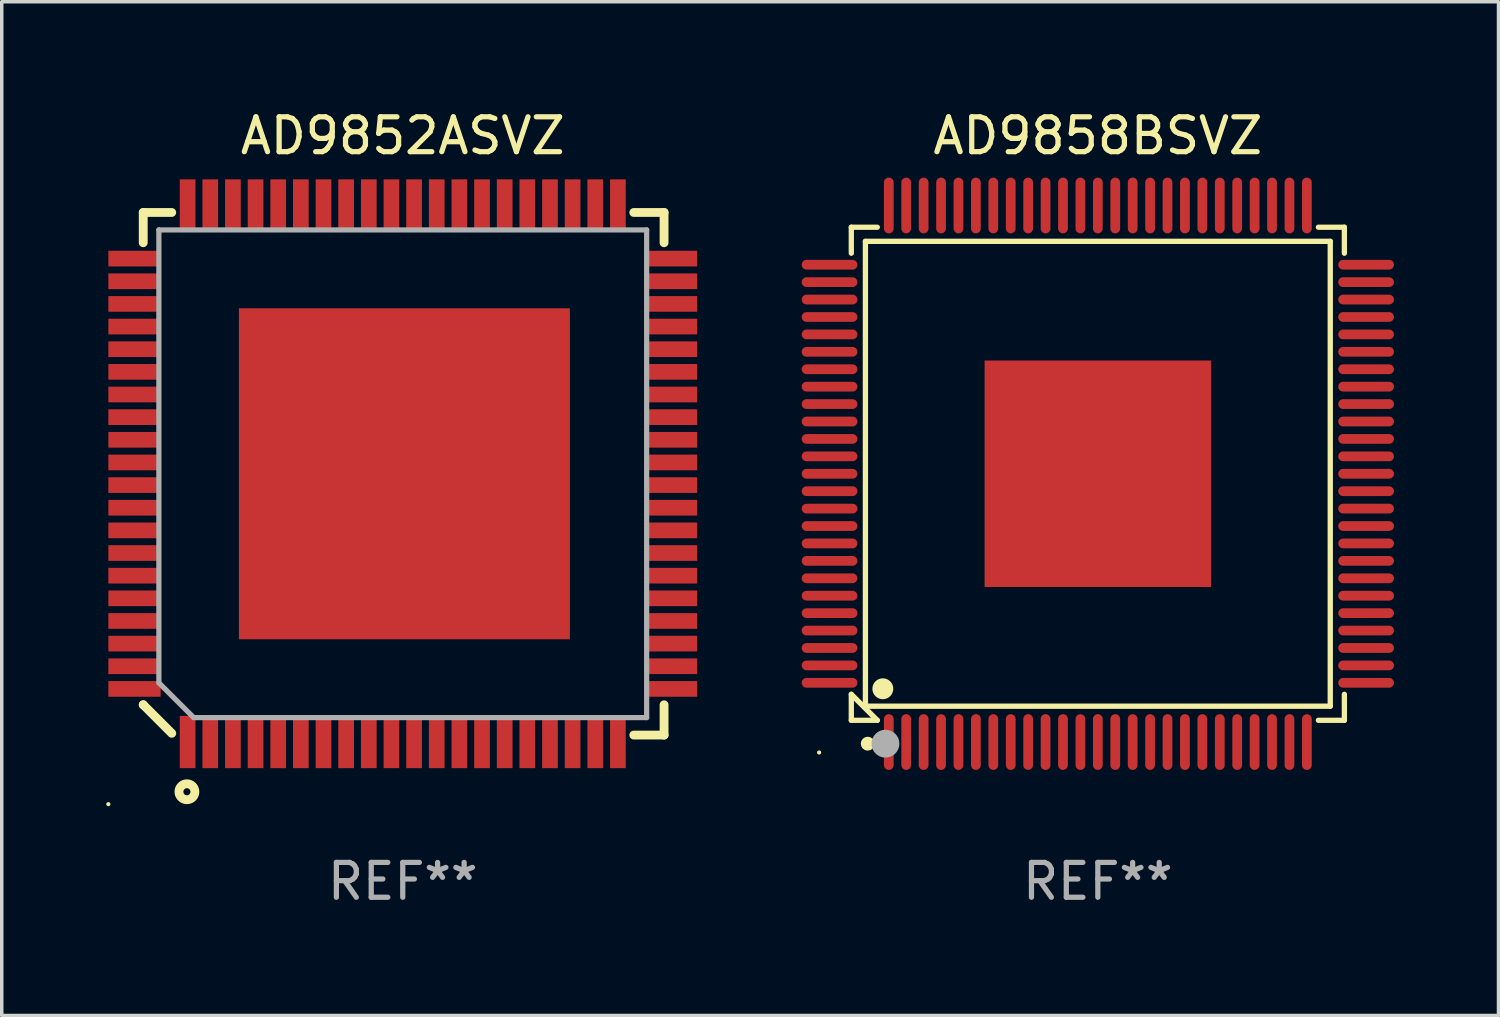
<source format=kicad_pcb>
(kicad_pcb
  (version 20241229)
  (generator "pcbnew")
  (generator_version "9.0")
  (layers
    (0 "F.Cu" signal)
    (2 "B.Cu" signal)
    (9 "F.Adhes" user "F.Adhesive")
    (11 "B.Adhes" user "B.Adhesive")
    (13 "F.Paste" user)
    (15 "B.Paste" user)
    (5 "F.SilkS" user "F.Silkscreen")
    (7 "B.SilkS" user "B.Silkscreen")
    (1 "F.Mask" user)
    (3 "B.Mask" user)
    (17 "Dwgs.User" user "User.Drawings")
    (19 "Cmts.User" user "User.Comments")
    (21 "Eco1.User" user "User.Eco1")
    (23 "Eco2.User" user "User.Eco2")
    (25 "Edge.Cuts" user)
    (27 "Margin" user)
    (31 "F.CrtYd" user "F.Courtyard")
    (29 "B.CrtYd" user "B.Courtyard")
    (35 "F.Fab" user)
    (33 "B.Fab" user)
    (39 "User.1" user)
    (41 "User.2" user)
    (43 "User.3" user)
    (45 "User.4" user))
  (footprint "AD9858BSVZ"
    (layer "F.Cu")
    (at 28.46 10.548)
    (property "Reference" "AD9858BSVZ" (at 0 -9.7 0) (layer "F.SilkS") (effects (font (size 1 1) (thickness 0.15))))
    (attr through_hole)
    (fp_line (start -7.076 -7.076) (end -6.33 -7.076) (stroke (width 0.152) (type solid)) (layer "F.SilkS"))
    (fp_line (start -7.076 -6.33) (end -7.076 -7.076) (stroke (width 0.152) (type solid)) (layer "F.SilkS"))
    (fp_line (start -7.076 6.33) (end -7.076 7.076) (stroke (width 0.152) (type solid)) (layer "F.SilkS"))
    (fp_line (start -7.076 7.076) (end -6.33 7.076) (stroke (width 0.152) (type solid)) (layer "F.SilkS"))
    (fp_line (start -6.671 -6.671) (end 6.671 -6.671) (stroke (width 0.152) (type solid)) (layer "F.SilkS"))
    (fp_line (start -6.671 6.671) (end -6.671 -6.671) (stroke (width 0.152) (type solid)) (layer "F.SilkS"))
    (fp_line (start -6.33 7.076) (end -7.076 6.33) (stroke (width 0.152) (type solid)) (layer "F.SilkS"))
    (fp_line (start 6.671 -6.671) (end 6.671 6.671) (stroke (width 0.152) (type solid)) (layer "F.SilkS"))
    (fp_line (start 6.671 6.671) (end -6.671 6.671) (stroke (width 0.152) (type solid)) (layer "F.SilkS"))
    (fp_line (start 7.076 -7.076) (end 6.33 -7.076) (stroke (width 0.152) (type solid)) (layer "F.SilkS"))
    (fp_line (start 7.076 -6.33) (end 7.076 -7.076) (stroke (width 0.152) (type solid)) (layer "F.SilkS"))
    (fp_line (start 7.076 6.33) (end 7.076 7.076) (stroke (width 0.152) (type solid)) (layer "F.SilkS"))
    (fp_line (start 7.076 7.076) (end 6.33 7.076) (stroke (width 0.152) (type solid)) (layer "F.SilkS"))
    (fp_circle (center -8 8) (end -7.97 8) (stroke (width 0.06) (type solid)) (fill no) (layer "F.SilkS"))
    (fp_circle (center -6.604 7.747) (end -6.504 7.747) (stroke (width 0.2) (type solid)) (fill no) (layer "F.SilkS"))
    (fp_circle (center -6.171 6.171) (end -6.021 6.171) (stroke (width 0.3) (type solid)) (fill no) (layer "F.SilkS"))
    (fp_circle (center -6.096 7.747) (end -5.896 7.747) (stroke (width 0.4) (type solid)) (fill no) (layer "F.Fab"))
    (fp_text user "REF**" (at 0 11.7 0) (layer "F.Fab") (effects (font (size 1 1) (thickness 0.15))))
    (pad "1" smd oval (at -6 7.7) (size 0.28 1.6) (layers "F.Cu" "F.Mask" "F.Paste"))
    (pad "2" smd oval (at -5.5 7.7) (size 0.28 1.6) (layers "F.Cu" "F.Mask" "F.Paste"))
    (pad "3" smd oval (at -5 7.7) (size 0.28 1.6) (layers "F.Cu" "F.Mask" "F.Paste"))
    (pad "4" smd oval (at -4.5 7.7) (size 0.28 1.6) (layers "F.Cu" "F.Mask" "F.Paste"))
    (pad "5" smd oval (at -4 7.7) (size 0.28 1.6) (layers "F.Cu" "F.Mask" "F.Paste"))
    (pad "6" smd oval (at -3.5 7.7) (size 0.28 1.6) (layers "F.Cu" "F.Mask" "F.Paste"))
    (pad "7" smd oval (at -3 7.7) (size 0.28 1.6) (layers "F.Cu" "F.Mask" "F.Paste"))
    (pad "8" smd oval (at -2.5 7.7) (size 0.28 1.6) (layers "F.Cu" "F.Mask" "F.Paste"))
    (pad "9" smd oval (at -2 7.7) (size 0.28 1.6) (layers "F.Cu" "F.Mask" "F.Paste"))
    (pad "10" smd oval (at -1.5 7.7) (size 0.28 1.6) (layers "F.Cu" "F.Mask" "F.Paste"))
    (pad "11" smd oval (at -1 7.7) (size 0.28 1.6) (layers "F.Cu" "F.Mask" "F.Paste"))
    (pad "12" smd oval (at -0.5 7.7) (size 0.28 1.6) (layers "F.Cu" "F.Mask" "F.Paste"))
    (pad "13" smd oval (at 0 7.7) (size 0.28 1.6) (layers "F.Cu" "F.Mask" "F.Paste"))
    (pad "14" smd oval (at 0.5 7.7) (size 0.28 1.6) (layers "F.Cu" "F.Mask" "F.Paste"))
    (pad "15" smd oval (at 1 7.7) (size 0.28 1.6) (layers "F.Cu" "F.Mask" "F.Paste"))
    (pad "16" smd oval (at 1.5 7.7) (size 0.28 1.6) (layers "F.Cu" "F.Mask" "F.Paste"))
    (pad "17" smd oval (at 2 7.7) (size 0.28 1.6) (layers "F.Cu" "F.Mask" "F.Paste"))
    (pad "18" smd oval (at 2.5 7.7) (size 0.28 1.6) (layers "F.Cu" "F.Mask" "F.Paste"))
    (pad "19" smd oval (at 3 7.7) (size 0.28 1.6) (layers "F.Cu" "F.Mask" "F.Paste"))
    (pad "20" smd oval (at 3.5 7.7) (size 0.28 1.6) (layers "F.Cu" "F.Mask" "F.Paste"))
    (pad "21" smd oval (at 4 7.7) (size 0.28 1.6) (layers "F.Cu" "F.Mask" "F.Paste"))
    (pad "22" smd oval (at 4.5 7.7) (size 0.28 1.6) (layers "F.Cu" "F.Mask" "F.Paste"))
    (pad "23" smd oval (at 5 7.7) (size 0.28 1.6) (layers "F.Cu" "F.Mask" "F.Paste"))
    (pad "24" smd oval (at 5.5 7.7) (size 0.28 1.6) (layers "F.Cu" "F.Mask" "F.Paste"))
    (pad "25" smd oval (at 6 7.7) (size 0.28 1.6) (layers "F.Cu" "F.Mask" "F.Paste"))
    (pad "26" smd oval (at 7.7 6) (size 1.6 0.28) (layers "F.Cu" "F.Mask" "F.Paste"))
    (pad "27" smd oval (at 7.7 5.5) (size 1.6 0.28) (layers "F.Cu" "F.Mask" "F.Paste"))
    (pad "28" smd oval (at 7.7 5) (size 1.6 0.28) (layers "F.Cu" "F.Mask" "F.Paste"))
    (pad "29" smd oval (at 7.7 4.5) (size 1.6 0.28) (layers "F.Cu" "F.Mask" "F.Paste"))
    (pad "30" smd oval (at 7.7 4) (size 1.6 0.28) (layers "F.Cu" "F.Mask" "F.Paste"))
    (pad "31" smd oval (at 7.7 3.5) (size 1.6 0.28) (layers "F.Cu" "F.Mask" "F.Paste"))
    (pad "32" smd oval (at 7.7 3) (size 1.6 0.28) (layers "F.Cu" "F.Mask" "F.Paste"))
    (pad "33" smd oval (at 7.7 2.5) (size 1.6 0.28) (layers "F.Cu" "F.Mask" "F.Paste"))
    (pad "34" smd oval (at 7.7 2) (size 1.6 0.28) (layers "F.Cu" "F.Mask" "F.Paste"))
    (pad "35" smd oval (at 7.7 1.5) (size 1.6 0.28) (layers "F.Cu" "F.Mask" "F.Paste"))
    (pad "36" smd oval (at 7.7 1) (size 1.6 0.28) (layers "F.Cu" "F.Mask" "F.Paste"))
    (pad "37" smd oval (at 7.7 0.5) (size 1.6 0.28) (layers "F.Cu" "F.Mask" "F.Paste"))
    (pad "38" smd oval (at 7.7 0) (size 1.6 0.28) (layers "F.Cu" "F.Mask" "F.Paste"))
    (pad "39" smd oval (at 7.7 -0.5) (size 1.6 0.28) (layers "F.Cu" "F.Mask" "F.Paste"))
    (pad "40" smd oval (at 7.7 -1) (size 1.6 0.28) (layers "F.Cu" "F.Mask" "F.Paste"))
    (pad "41" smd oval (at 7.7 -1.5) (size 1.6 0.28) (layers "F.Cu" "F.Mask" "F.Paste"))
    (pad "42" smd oval (at 7.7 -2) (size 1.6 0.28) (layers "F.Cu" "F.Mask" "F.Paste"))
    (pad "43" smd oval (at 7.7 -2.5) (size 1.6 0.28) (layers "F.Cu" "F.Mask" "F.Paste"))
    (pad "44" smd oval (at 7.7 -3) (size 1.6 0.28) (layers "F.Cu" "F.Mask" "F.Paste"))
    (pad "45" smd oval (at 7.7 -3.5) (size 1.6 0.28) (layers "F.Cu" "F.Mask" "F.Paste"))
    (pad "46" smd oval (at 7.7 -4) (size 1.6 0.28) (layers "F.Cu" "F.Mask" "F.Paste"))
    (pad "47" smd oval (at 7.7 -4.5) (size 1.6 0.28) (layers "F.Cu" "F.Mask" "F.Paste"))
    (pad "48" smd oval (at 7.7 -5) (size 1.6 0.28) (layers "F.Cu" "F.Mask" "F.Paste"))
    (pad "49" smd oval (at 7.7 -5.5) (size 1.6 0.28) (layers "F.Cu" "F.Mask" "F.Paste"))
    (pad "50" smd oval (at 7.7 -6) (size 1.6 0.28) (layers "F.Cu" "F.Mask" "F.Paste"))
    (pad "51" smd oval (at 6 -7.7) (size 0.28 1.6) (layers "F.Cu" "F.Mask" "F.Paste"))
    (pad "52" smd oval (at 5.5 -7.7) (size 0.28 1.6) (layers "F.Cu" "F.Mask" "F.Paste"))
    (pad "53" smd oval (at 5 -7.7) (size 0.28 1.6) (layers "F.Cu" "F.Mask" "F.Paste"))
    (pad "54" smd oval (at 4.5 -7.7) (size 0.28 1.6) (layers "F.Cu" "F.Mask" "F.Paste"))
    (pad "55" smd oval (at 4 -7.7) (size 0.28 1.6) (layers "F.Cu" "F.Mask" "F.Paste"))
    (pad "56" smd oval (at 3.5 -7.7) (size 0.28 1.6) (layers "F.Cu" "F.Mask" "F.Paste"))
    (pad "57" smd oval (at 3 -7.7) (size 0.28 1.6) (layers "F.Cu" "F.Mask" "F.Paste"))
    (pad "58" smd oval (at 2.5 -7.7) (size 0.28 1.6) (layers "F.Cu" "F.Mask" "F.Paste"))
    (pad "59" smd oval (at 2 -7.7) (size 0.28 1.6) (layers "F.Cu" "F.Mask" "F.Paste"))
    (pad "60" smd oval (at 1.5 -7.7) (size 0.28 1.6) (layers "F.Cu" "F.Mask" "F.Paste"))
    (pad "61" smd oval (at 1 -7.7) (size 0.28 1.6) (layers "F.Cu" "F.Mask" "F.Paste"))
    (pad "62" smd oval (at 0.5 -7.7) (size 0.28 1.6) (layers "F.Cu" "F.Mask" "F.Paste"))
    (pad "63" smd oval (at 0 -7.7) (size 0.28 1.6) (layers "F.Cu" "F.Mask" "F.Paste"))
    (pad "64" smd oval (at -0.5 -7.7) (size 0.28 1.6) (layers "F.Cu" "F.Mask" "F.Paste"))
    (pad "65" smd oval (at -1 -7.7) (size 0.28 1.6) (layers "F.Cu" "F.Mask" "F.Paste"))
    (pad "66" smd oval (at -1.5 -7.7) (size 0.28 1.6) (layers "F.Cu" "F.Mask" "F.Paste"))
    (pad "67" smd oval (at -2 -7.7) (size 0.28 1.6) (layers "F.Cu" "F.Mask" "F.Paste"))
    (pad "68" smd oval (at -2.5 -7.7) (size 0.28 1.6) (layers "F.Cu" "F.Mask" "F.Paste"))
    (pad "69" smd oval (at -3 -7.7) (size 0.28 1.6) (layers "F.Cu" "F.Mask" "F.Paste"))
    (pad "70" smd oval (at -3.5 -7.7) (size 0.28 1.6) (layers "F.Cu" "F.Mask" "F.Paste"))
    (pad "71" smd oval (at -4 -7.7) (size 0.28 1.6) (layers "F.Cu" "F.Mask" "F.Paste"))
    (pad "72" smd oval (at -4.5 -7.7) (size 0.28 1.6) (layers "F.Cu" "F.Mask" "F.Paste"))
    (pad "73" smd oval (at -5 -7.7) (size 0.28 1.6) (layers "F.Cu" "F.Mask" "F.Paste"))
    (pad "74" smd oval (at -5.5 -7.7) (size 0.28 1.6) (layers "F.Cu" "F.Mask" "F.Paste"))
    (pad "75" smd oval (at -6 -7.7) (size 0.28 1.6) (layers "F.Cu" "F.Mask" "F.Paste"))
    (pad "76" smd oval (at -7.7 -6) (size 1.6 0.28) (layers "F.Cu" "F.Mask" "F.Paste"))
    (pad "77" smd oval (at -7.7 -5.5) (size 1.6 0.28) (layers "F.Cu" "F.Mask" "F.Paste"))
    (pad "78" smd oval (at -7.7 -5) (size 1.6 0.28) (layers "F.Cu" "F.Mask" "F.Paste"))
    (pad "79" smd oval (at -7.7 -4.5) (size 1.6 0.28) (layers "F.Cu" "F.Mask" "F.Paste"))
    (pad "80" smd oval (at -7.7 -4) (size 1.6 0.28) (layers "F.Cu" "F.Mask" "F.Paste"))
    (pad "81" smd oval (at -7.7 -3.5) (size 1.6 0.28) (layers "F.Cu" "F.Mask" "F.Paste"))
    (pad "82" smd oval (at -7.7 -3) (size 1.6 0.28) (layers "F.Cu" "F.Mask" "F.Paste"))
    (pad "83" smd oval (at -7.7 -2.5) (size 1.6 0.28) (layers "F.Cu" "F.Mask" "F.Paste"))
    (pad "84" smd oval (at -7.7 -2) (size 1.6 0.28) (layers "F.Cu" "F.Mask" "F.Paste"))
    (pad "85" smd oval (at -7.7 -1.5) (size 1.6 0.28) (layers "F.Cu" "F.Mask" "F.Paste"))
    (pad "86" smd oval (at -7.7 -1) (size 1.6 0.28) (layers "F.Cu" "F.Mask" "F.Paste"))
    (pad "87" smd oval (at -7.7 -0.5) (size 1.6 0.28) (layers "F.Cu" "F.Mask" "F.Paste"))
    (pad "88" smd oval (at -7.7 0) (size 1.6 0.28) (layers "F.Cu" "F.Mask" "F.Paste"))
    (pad "89" smd oval (at -7.7 0.5) (size 1.6 0.28) (layers "F.Cu" "F.Mask" "F.Paste"))
    (pad "90" smd oval (at -7.7 1) (size 1.6 0.28) (layers "F.Cu" "F.Mask" "F.Paste"))
    (pad "91" smd oval (at -7.7 1.5) (size 1.6 0.28) (layers "F.Cu" "F.Mask" "F.Paste"))
    (pad "92" smd oval (at -7.7 2) (size 1.6 0.28) (layers "F.Cu" "F.Mask" "F.Paste"))
    (pad "93" smd oval (at -7.7 2.5) (size 1.6 0.28) (layers "F.Cu" "F.Mask" "F.Paste"))
    (pad "94" smd oval (at -7.7 3) (size 1.6 0.28) (layers "F.Cu" "F.Mask" "F.Paste"))
    (pad "95" smd oval (at -7.7 3.5) (size 1.6 0.28) (layers "F.Cu" "F.Mask" "F.Paste"))
    (pad "96" smd oval (at -7.7 4) (size 1.6 0.28) (layers "F.Cu" "F.Mask" "F.Paste"))
    (pad "97" smd oval (at -7.7 4.5) (size 1.6 0.28) (layers "F.Cu" "F.Mask" "F.Paste"))
    (pad "98" smd oval (at -7.7 5) (size 1.6 0.28) (layers "F.Cu" "F.Mask" "F.Paste"))
    (pad "99" smd oval (at -7.7 5.5) (size 1.6 0.28) (layers "F.Cu" "F.Mask" "F.Paste"))
    (pad "100" smd oval (at -7.7 6) (size 1.6 0.28) (layers "F.Cu" "F.Mask" "F.Paste"))
    (pad "101" smd rect (at 0 0) (size 6.5 6.5) (layers "F.Cu" "F.Mask" "F.Paste")))
  (footprint "AD9852ASVZ"
    (layer "F.Cu")
    (at 8.51 10.548)
    (property "Reference" "AD9852ASVZ" (at 0 -9.7 0) (layer "F.SilkS") (effects (font (size 1 1) (thickness 0.15))))
    (attr through_hole)
    (fp_line (start -7.449 -7.5) (end -6.631 -7.5) (stroke (width 0.254) (type solid)) (layer "F.SilkS"))
    (fp_line (start -7.449 -6.631) (end -7.449 -7.5) (stroke (width 0.254) (type solid)) (layer "F.SilkS"))
    (fp_line (start -7.449 6.63) (end -7.449 6.631) (stroke (width 0.254) (type solid)) (layer "F.SilkS"))
    (fp_line (start -6.63 7.449) (end -7.449 6.63) (stroke (width 0.254) (type solid)) (layer "F.SilkS"))
    (fp_line (start 6.631 -7.5) (end 7.5 -7.5) (stroke (width 0.254) (type solid)) (layer "F.SilkS"))
    (fp_line (start 7.5 -7.5) (end 7.5 -6.631) (stroke (width 0.254) (type solid)) (layer "F.SilkS"))
    (fp_line (start 7.5 7.5) (end 6.631 7.5) (stroke (width 0.254) (type solid)) (layer "F.SilkS"))
    (fp_line (start 7.5 7.5) (end 7.5 6.631) (stroke (width 0.254) (type solid)) (layer "F.SilkS"))
    (fp_circle (center -8.45 9.483) (end -8.42 9.483) (stroke (width 0.06) (type solid)) (fill no) (layer "F.SilkS"))
    (fp_circle (center -6.195 9.127) (end -5.966 9.127) (stroke (width 0.254) (type solid)) (fill no) (layer "F.SilkS"))
    (fp_line (start -7 -6.999) (end 7 -6.999) (stroke (width 0.15) (type solid)) (layer "F.Fab"))
    (fp_line (start -7 6.001) (end -7 -6.999) (stroke (width 0.15) (type solid)) (layer "F.Fab"))
    (fp_line (start -6 6.999) (end -7 6.001) (stroke (width 0.15) (type solid)) (layer "F.Fab"))
    (fp_line (start 7 -6.999) (end 7 6.999) (stroke (width 0.15) (type solid)) (layer "F.Fab"))
    (fp_line (start 7 6.999) (end -6 6.999) (stroke (width 0.15) (type solid)) (layer "F.Fab"))
    (fp_text user "REF**" (at 0 11.7 0) (layer "F.Fab") (effects (font (size 1 1) (thickness 0.15))))
    (pad "1" smd rect (at -6.175 7.7 90) (size 1.5 0.45) (layers "F.Cu" "F.Mask" "F.Paste"))
    (pad "2" smd rect (at -5.525 7.7 90) (size 1.5 0.45) (layers "F.Cu" "F.Mask" "F.Paste"))
    (pad "3" smd rect (at -4.875 7.7 90) (size 1.5 0.45) (layers "F.Cu" "F.Mask" "F.Paste"))
    (pad "4" smd rect (at -4.225 7.7 90) (size 1.5 0.45) (layers "F.Cu" "F.Mask" "F.Paste"))
    (pad "5" smd rect (at -3.575 7.7 90) (size 1.5 0.45) (layers "F.Cu" "F.Mask" "F.Paste"))
    (pad "6" smd rect (at -2.925 7.7 90) (size 1.5 0.45) (layers "F.Cu" "F.Mask" "F.Paste"))
    (pad "7" smd rect (at -2.275 7.7 90) (size 1.5 0.45) (layers "F.Cu" "F.Mask" "F.Paste"))
    (pad "8" smd rect (at -1.625 7.7 90) (size 1.5 0.45) (layers "F.Cu" "F.Mask" "F.Paste"))
    (pad "9" smd rect (at -0.975 7.7 90) (size 1.5 0.45) (layers "F.Cu" "F.Mask" "F.Paste"))
    (pad "10" smd rect (at -0.325 7.7 90) (size 1.5 0.45) (layers "F.Cu" "F.Mask" "F.Paste"))
    (pad "11" smd rect (at 0.325 7.7 90) (size 1.5 0.45) (layers "F.Cu" "F.Mask" "F.Paste"))
    (pad "12" smd rect (at 0.975 7.7 90) (size 1.5 0.45) (layers "F.Cu" "F.Mask" "F.Paste"))
    (pad "13" smd rect (at 1.625 7.7 90) (size 1.5 0.45) (layers "F.Cu" "F.Mask" "F.Paste"))
    (pad "14" smd rect (at 2.275 7.7 90) (size 1.5 0.45) (layers "F.Cu" "F.Mask" "F.Paste"))
    (pad "15" smd rect (at 2.925 7.7 90) (size 1.5 0.45) (layers "F.Cu" "F.Mask" "F.Paste"))
    (pad "16" smd rect (at 3.575 7.7 90) (size 1.5 0.45) (layers "F.Cu" "F.Mask" "F.Paste"))
    (pad "17" smd rect (at 4.225 7.7 90) (size 1.5 0.45) (layers "F.Cu" "F.Mask" "F.Paste"))
    (pad "18" smd rect (at 4.875 7.7 90) (size 1.5 0.45) (layers "F.Cu" "F.Mask" "F.Paste"))
    (pad "19" smd rect (at 5.525 7.7 90) (size 1.5 0.45) (layers "F.Cu" "F.Mask" "F.Paste"))
    (pad "20" smd rect (at 6.175 7.7 90) (size 1.5 0.45) (layers "F.Cu" "F.Mask" "F.Paste"))
    (pad "21" smd rect (at 7.7 6.175 180) (size 1.5 0.45) (layers "F.Cu" "F.Mask" "F.Paste"))
    (pad "22" smd rect (at 7.7 5.525 180) (size 1.5 0.45) (layers "F.Cu" "F.Mask" "F.Paste"))
    (pad "23" smd rect (at 7.7 4.875 180) (size 1.5 0.45) (layers "F.Cu" "F.Mask" "F.Paste"))
    (pad "24" smd rect (at 7.7 4.225 180) (size 1.5 0.45) (layers "F.Cu" "F.Mask" "F.Paste"))
    (pad "25" smd rect (at 7.7 3.575 180) (size 1.5 0.45) (layers "F.Cu" "F.Mask" "F.Paste"))
    (pad "26" smd rect (at 7.7 2.925 180) (size 1.5 0.45) (layers "F.Cu" "F.Mask" "F.Paste"))
    (pad "27" smd rect (at 7.7 2.275 180) (size 1.5 0.45) (layers "F.Cu" "F.Mask" "F.Paste"))
    (pad "28" smd rect (at 7.7 1.625 180) (size 1.5 0.45) (layers "F.Cu" "F.Mask" "F.Paste"))
    (pad "29" smd rect (at 7.7 0.975 180) (size 1.5 0.45) (layers "F.Cu" "F.Mask" "F.Paste"))
    (pad "30" smd rect (at 7.7 0.325 180) (size 1.5 0.45) (layers "F.Cu" "F.Mask" "F.Paste"))
    (pad "31" smd rect (at 7.7 -0.325 180) (size 1.5 0.45) (layers "F.Cu" "F.Mask" "F.Paste"))
    (pad "32" smd rect (at 7.7 -0.975 180) (size 1.5 0.45) (layers "F.Cu" "F.Mask" "F.Paste"))
    (pad "33" smd rect (at 7.7 -1.625 180) (size 1.5 0.45) (layers "F.Cu" "F.Mask" "F.Paste"))
    (pad "34" smd rect (at 7.7 -2.275 180) (size 1.5 0.45) (layers "F.Cu" "F.Mask" "F.Paste"))
    (pad "35" smd rect (at 7.7 -2.925 180) (size 1.5 0.45) (layers "F.Cu" "F.Mask" "F.Paste"))
    (pad "36" smd rect (at 7.7 -3.575 180) (size 1.5 0.45) (layers "F.Cu" "F.Mask" "F.Paste"))
    (pad "37" smd rect (at 7.7 -4.225 180) (size 1.5 0.45) (layers "F.Cu" "F.Mask" "F.Paste"))
    (pad "38" smd rect (at 7.7 -4.875 180) (size 1.5 0.45) (layers "F.Cu" "F.Mask" "F.Paste"))
    (pad "39" smd rect (at 7.7 -5.525 180) (size 1.5 0.45) (layers "F.Cu" "F.Mask" "F.Paste"))
    (pad "40" smd rect (at 7.7 -6.175 180) (size 1.5 0.45) (layers "F.Cu" "F.Mask" "F.Paste"))
    (pad "41" smd rect (at 6.175 -7.7 90) (size 1.5 0.45) (layers "F.Cu" "F.Mask" "F.Paste"))
    (pad "42" smd rect (at 5.525 -7.7 90) (size 1.5 0.45) (layers "F.Cu" "F.Mask" "F.Paste"))
    (pad "43" smd rect (at 4.875 -7.7 90) (size 1.5 0.45) (layers "F.Cu" "F.Mask" "F.Paste"))
    (pad "44" smd rect (at 4.225 -7.7 90) (size 1.5 0.45) (layers "F.Cu" "F.Mask" "F.Paste"))
    (pad "45" smd rect (at 3.575 -7.7 90) (size 1.5 0.45) (layers "F.Cu" "F.Mask" "F.Paste"))
    (pad "46" smd rect (at 2.925 -7.7 90) (size 1.5 0.45) (layers "F.Cu" "F.Mask" "F.Paste"))
    (pad "47" smd rect (at 2.275 -7.7 90) (size 1.5 0.45) (layers "F.Cu" "F.Mask" "F.Paste"))
    (pad "48" smd rect (at 1.625 -7.7 90) (size 1.5 0.45) (layers "F.Cu" "F.Mask" "F.Paste"))
    (pad "49" smd rect (at 0.975 -7.7 90) (size 1.5 0.45) (layers "F.Cu" "F.Mask" "F.Paste"))
    (pad "50" smd rect (at 0.325 -7.7 90) (size 1.5 0.45) (layers "F.Cu" "F.Mask" "F.Paste"))
    (pad "51" smd rect (at -0.325 -7.7 90) (size 1.5 0.45) (layers "F.Cu" "F.Mask" "F.Paste"))
    (pad "52" smd rect (at -0.975 -7.7 90) (size 1.5 0.45) (layers "F.Cu" "F.Mask" "F.Paste"))
    (pad "53" smd rect (at -1.625 -7.7 90) (size 1.5 0.45) (layers "F.Cu" "F.Mask" "F.Paste"))
    (pad "54" smd rect (at -2.275 -7.7 90) (size 1.5 0.45) (layers "F.Cu" "F.Mask" "F.Paste"))
    (pad "55" smd rect (at -2.925 -7.7 90) (size 1.5 0.45) (layers "F.Cu" "F.Mask" "F.Paste"))
    (pad "56" smd rect (at -3.575 -7.7 90) (size 1.5 0.45) (layers "F.Cu" "F.Mask" "F.Paste"))
    (pad "57" smd rect (at -4.225 -7.7 90) (size 1.5 0.45) (layers "F.Cu" "F.Mask" "F.Paste"))
    (pad "58" smd rect (at -4.875 -7.7 90) (size 1.5 0.45) (layers "F.Cu" "F.Mask" "F.Paste"))
    (pad "59" smd rect (at -5.525 -7.7 90) (size 1.5 0.45) (layers "F.Cu" "F.Mask" "F.Paste"))
    (pad "60" smd rect (at -6.175 -7.7 90) (size 1.5 0.45) (layers "F.Cu" "F.Mask" "F.Paste"))
    (pad "61" smd rect (at -7.7 -6.175 180) (size 1.5 0.45) (layers "F.Cu" "F.Mask" "F.Paste"))
    (pad "62" smd rect (at -7.7 -5.525 180) (size 1.5 0.45) (layers "F.Cu" "F.Mask" "F.Paste"))
    (pad "63" smd rect (at -7.7 -4.875 180) (size 1.5 0.45) (layers "F.Cu" "F.Mask" "F.Paste"))
    (pad "64" smd rect (at -7.7 -4.225 180) (size 1.5 0.45) (layers "F.Cu" "F.Mask" "F.Paste"))
    (pad "65" smd rect (at -7.7 -3.575 180) (size 1.5 0.45) (layers "F.Cu" "F.Mask" "F.Paste"))
    (pad "66" smd rect (at -7.7 -2.925 180) (size 1.5 0.45) (layers "F.Cu" "F.Mask" "F.Paste"))
    (pad "67" smd rect (at -7.7 -2.275 180) (size 1.5 0.45) (layers "F.Cu" "F.Mask" "F.Paste"))
    (pad "68" smd rect (at -7.7 -1.625 180) (size 1.5 0.45) (layers "F.Cu" "F.Mask" "F.Paste"))
    (pad "69" smd rect (at -7.7 -0.975 180) (size 1.5 0.45) (layers "F.Cu" "F.Mask" "F.Paste"))
    (pad "70" smd rect (at -7.7 -0.325 180) (size 1.5 0.45) (layers "F.Cu" "F.Mask" "F.Paste"))
    (pad "71" smd rect (at -7.7 0.325 180) (size 1.5 0.45) (layers "F.Cu" "F.Mask" "F.Paste"))
    (pad "72" smd rect (at -7.7 0.975 180) (size 1.5 0.45) (layers "F.Cu" "F.Mask" "F.Paste"))
    (pad "73" smd rect (at -7.7 1.625 180) (size 1.5 0.45) (layers "F.Cu" "F.Mask" "F.Paste"))
    (pad "74" smd rect (at -7.7 2.275 180) (size 1.5 0.45) (layers "F.Cu" "F.Mask" "F.Paste"))
    (pad "75" smd rect (at -7.7 2.925 180) (size 1.5 0.45) (layers "F.Cu" "F.Mask" "F.Paste"))
    (pad "76" smd rect (at -7.7 3.575 180) (size 1.5 0.45) (layers "F.Cu" "F.Mask" "F.Paste"))
    (pad "77" smd rect (at -7.7 4.225 180) (size 1.5 0.45) (layers "F.Cu" "F.Mask" "F.Paste"))
    (pad "78" smd rect (at -7.7 4.875 180) (size 1.5 0.45) (layers "F.Cu" "F.Mask" "F.Paste"))
    (pad "79" smd rect (at -7.7 5.525 180) (size 1.5 0.45) (layers "F.Cu" "F.Mask" "F.Paste"))
    (pad "80" smd rect (at -7.7 6.175 180) (size 1.5 0.45) (layers "F.Cu" "F.Mask" "F.Paste"))
    (pad "81" smd rect (at 0.047 0 90) (size 9.5 9.5) (layers "F.Cu" "F.Mask" "F.Paste")))
  (gr_rect
    (start -3 -3)
    (end 39.96 26.097)
    (stroke (width 0.1) (type default))
    (fill no)
    (layer "Edge.Cuts")))
</source>
